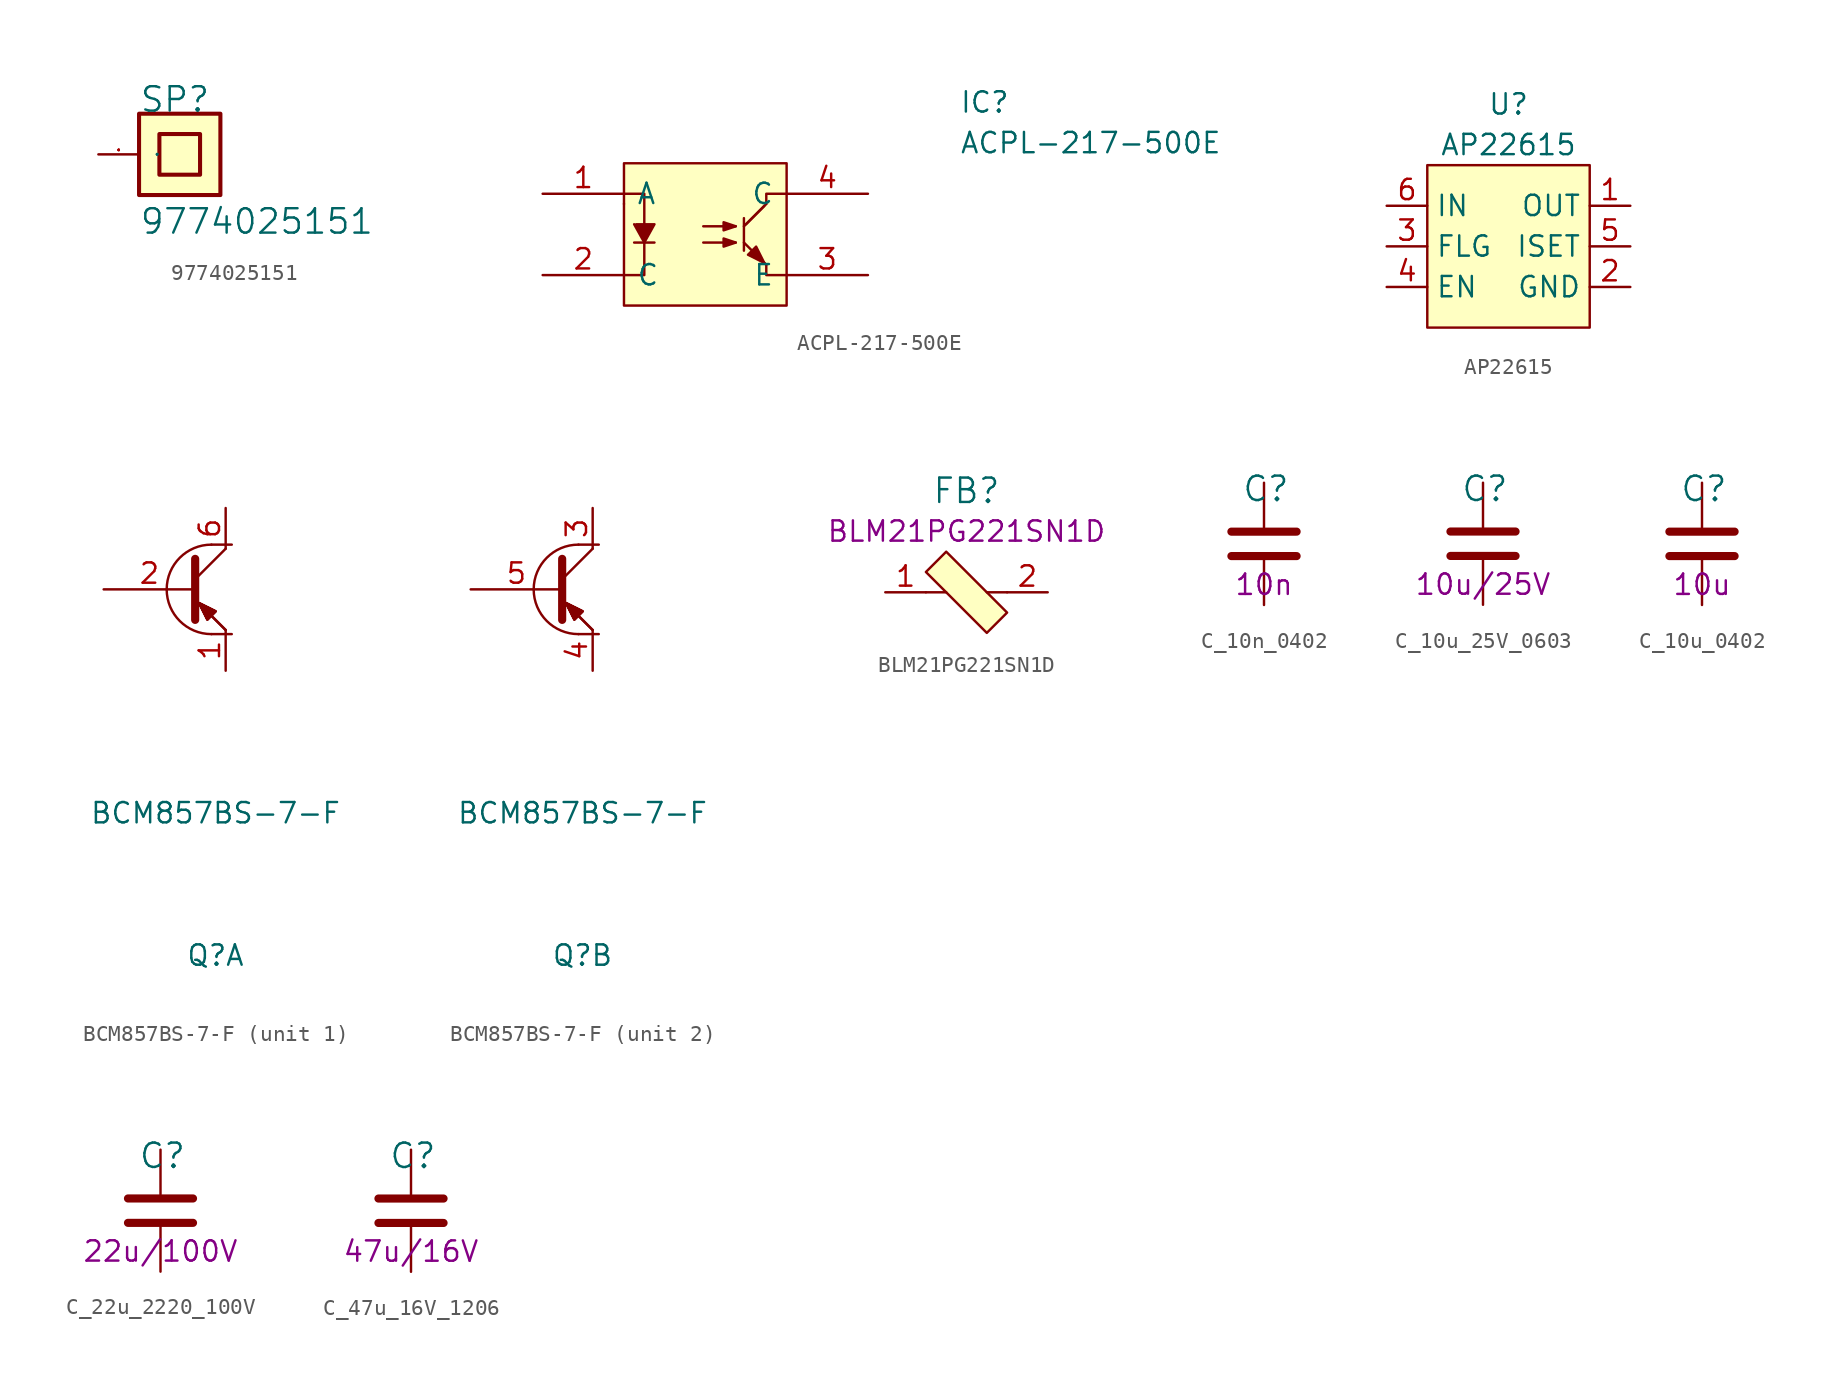
<source format=kicad_sym>
(kicad_symbol_lib
  (version 20220914)
  (generator kicad_symbol_editor)
  (symbol "9774025151"
    (pin_names
      (offset 1.016))
    (property "Reference" "SP"
      (at -2.54 2.54 0)
      (effects (font (size 1.524 1.524)) (justify left bottom)))
    (property "Value" "9774025151"
      (at -2.54 -5.08 0)
      (effects (font (size 1.524 1.524)) (justify left bottom)))
    (symbol "9774025151_0_1"
      (rectangle (start -2.54 -2.54) (end 2.54 2.54) (stroke (width 0.254) (type default)) (fill (type background)))
      (rectangle (start -1.27 -1.27) (end 1.27 1.27) (stroke (width 0.254) (type default)) (fill (type background)))
      (pin passive line (at -5.08 0 0) (length 2.54) (name "1" (effects (font (size 0.025 0.025)))) (number "1" (effects (font (size 0.025 0.025)))))))
  (symbol "ACPL-217-500E"
    (pin_names
      (offset 0.762))
    (property "Reference" "IC"
      (at 34.29 7.62 0)
      (effects (font (size 1.27 1.27)) (justify left)))
    (property "Value" "ACPL-217-500E"
      (at 34.29 5.08 0)
      (effects (font (size 1.27 1.27)) (justify left)))
    (symbol "ACPL-217-500E_0_0"
      (pin passive line (at 8.255 1.905 0) (length 5.08) (name "A" (effects (font (size 1.27 1.27)))) (number "1" (effects (font (size 1.27 1.27)))))
      (pin passive line (at 8.255 -3.175 0) (length 5.08) (name "C" (effects (font (size 1.27 1.27)))) (number "2" (effects (font (size 1.27 1.27)))))
      (pin passive line (at 28.575 -3.175 180) (length 5.08) (name "E" (effects (font (size 1.27 1.27)))) (number "3" (effects (font (size 1.27 1.27)))))
      (pin passive line (at 28.575 1.905 180) (length 5.08) (name "C" (effects (font (size 1.27 1.27)))) (number "4" (effects (font (size 1.27 1.27))))))
    (symbol "ACPL-217-500E_0_1"
      (polyline (pts (xy 23.495 -3.175) (xy 22.225 -3.175) (xy 22.225 -2.54)) (stroke (width 0) (type default)) (fill (type none)))
      (polyline (pts (xy 23.495 1.905) (xy 22.225 1.905) (xy 22.225 1.27)) (stroke (width 0) (type default)) (fill (type none))))
    (symbol "ACPL-217-500E_1_1"
      (polyline (pts (xy 13.97 -1.143) (xy 15.24 -1.143)) (stroke (width 0) (type default)) (fill (type none)))
      (polyline (pts (xy 18.288 -1.143) (xy 20.32 -1.143)) (stroke (width 0) (type default)) (fill (type none)))
      (polyline (pts (xy 18.288 -0.127) (xy 20.32 -0.127)) (stroke (width 0) (type default)) (fill (type none)))
      (polyline (pts (xy 20.828 0.381) (xy 20.828 -1.651)) (stroke (width 0) (type default)) (fill (type none)))
      (polyline (pts (xy 22.098 -2.413) (xy 20.828 -1.143)) (stroke (width 0) (type default)) (fill (type none)))
      (polyline (pts (xy 22.098 1.143) (xy 20.828 -0.127)) (stroke (width 0) (type default)) (fill (type none)))
      (polyline (pts (xy 22.225 -2.54) (xy 21.59 -1.905)) (stroke (width 0) (type default)) (fill (type none)))
      (polyline (pts (xy 22.225 1.27) (xy 20.955 0)) (stroke (width 0) (type default)) (fill (type none)))
      (polyline (pts (xy 13.335 -3.175) (xy 14.605 -3.175) (xy 14.605 -0.889)) (stroke (width 0) (type default)) (fill (type none)))
      (polyline (pts (xy 13.335 1.905) (xy 14.605 1.905) (xy 14.605 -0.127)) (stroke (width 0) (type default)) (fill (type none)))
      (polyline (pts (xy 14.097 0) (xy 15.24 0) (xy 14.605 -1.143) (xy 13.97 0)) (stroke (width 0) (type default)) (fill (type outline)))
      (polyline (pts (xy 19.558 -0.889) (xy 19.558 -0.889) (xy 19.558 -1.397) (xy 20.32 -1.143) (xy 19.558 -0.889) (xy 19.558 -0.889)) (stroke (width 0) (type default)) (fill (type outline)))
      (polyline (pts (xy 19.558 0.127) (xy 19.558 0.127) (xy 19.558 -0.381) (xy 20.32 -0.127) (xy 19.558 0.127) (xy 19.558 0.127)) (stroke (width 0) (type default)) (fill (type outline)))
      (polyline (pts (xy 22.098 -2.413) (xy 22.098 -2.413) (xy 21.59 -1.397) (xy 21.082 -1.905) (xy 22.098 -2.413) (xy 22.098 -2.413)) (stroke (width 0) (type default)) (fill (type outline)))
      (rectangle (start 13.335 1.27) (end 13.335 1.27) (stroke (width 0) (type default)) (fill (type none)))
      (rectangle (start 13.335 3.81) (end 23.495 -5.08) (stroke (width 0) (type default)) (fill (type background)))))
  (symbol "AP22615"
    (property "Reference" "U"
      (at 0 8.89 0)
      (effects (font (size 1.27 1.27))))
    (property "Value" "AP22615"
      (at 0 6.35 0)
      (effects (font (size 1.27 1.27))))
    (symbol "AP22615_0_1"
      (rectangle (start -5.08 5.08) (end 5.08 -5.08) (stroke (width 0) (type default)) (fill (type background))))
    (symbol "AP22615_1_1"
      (pin power_out line (at 7.62 2.54 180) (length 2.54) (name "OUT" (effects (font (size 1.27 1.27)))) (number "1" (effects (font (size 1.27 1.27)))))
      (pin power_in line (at 7.62 -2.54 180) (length 2.54) (name "GND" (effects (font (size 1.27 1.27)))) (number "2" (effects (font (size 1.27 1.27)))))
      (pin output line (at -7.62 0 0) (length 2.54) (name "FLG" (effects (font (size 1.27 1.27)))) (number "3" (effects (font (size 1.27 1.27)))))
      (pin input line (at -7.62 -2.54 0) (length 2.54) (name "EN" (effects (font (size 1.27 1.27)))) (number "4" (effects (font (size 1.27 1.27)))))
      (pin passive line (at 7.62 0 180) (length 2.54) (name "ISET" (effects (font (size 1.27 1.27)))) (number "5" (effects (font (size 1.27 1.27)))))
      (pin power_in line (at -7.62 2.54 0) (length 2.54) (name "IN" (effects (font (size 1.27 1.27)))) (number "6" (effects (font (size 1.27 1.27)))))))
  (symbol "BCM857BS-7-F"
    (pin_names
      (offset 1.016))
    (property "Reference" "Q"
      (at 0 -22.86 0)
      (effects (font (size 1.27 1.27))))
    (property "Value" "BCM857BS-7-F"
      (at 0 -13.97 0)
      (effects (font (size 1.27 1.27))))
    (symbol "BCM857BS-7-F_0_1"
      (arc (start -3.048 0) (mid -2.2297 -1.9757) (end -0.254 -2.794) (stroke (width 0) (type default)) (fill (type none)))
      (arc (start -0.254 2.794) (mid -2.2297 1.9757) (end -3.048 0) (stroke (width 0) (type default)) (fill (type none)))
      (polyline (pts (xy -0.254 -2.794) (xy 1.016 -2.794)) (stroke (width 0) (type default)) (fill (type none)))
      (polyline (pts (xy -0.254 2.794) (xy 1.016 2.794)) (stroke (width 0) (type default)) (fill (type none))))
    (symbol "BCM857BS-7-F_1_1"
      (polyline (pts (xy -1.27 0.635) (xy 0.635 2.54)) (stroke (width 0) (type default)) (fill (type none)))
      (polyline (pts (xy -1.27 -0.635) (xy 0.635 -2.54) (xy 0.635 -2.54)) (stroke (width 0) (type default)) (fill (type none)))
      (polyline (pts (xy -1.27 -0.635) (xy 0.635 -2.54) (xy 0.635 -2.54)) (stroke (width 0) (type default)) (fill (type none)))
      (polyline (pts (xy -1.27 1.905) (xy -1.27 -1.905) (xy -1.27 -1.905)) (stroke (width 0.508) (type default)) (fill (type none)))
      (polyline (pts (xy -0.508 -1.88) (xy 0 -1.372) (xy -1.016 -0.864) (xy -0.508 -1.88) (xy -0.508 -1.88)) (stroke (width 0) (type default)) (fill (type outline)))
      (polyline (pts (xy -0.508 -1.88) (xy 0 -1.372) (xy -1.016 -0.864) (xy -0.508 -1.88) (xy -0.508 -1.88)) (stroke (width 0) (type default)) (fill (type outline)))
      (polyline (pts (xy -0.508 -1.88) (xy 0 -1.372) (xy -1.016 -0.864) (xy -0.508 -1.88) (xy -0.508 -1.88)) (stroke (width 0) (type default)) (fill (type outline)))
      (polyline (pts (xy -0.508 -1.88) (xy 0 -1.372) (xy -1.016 -0.864) (xy -0.508 -1.88) (xy -0.508 -1.88)) (stroke (width 0) (type default)) (fill (type outline)))
      (pin passive line (at 0.635 -5.08 90) (length 2.54) (name "~" (effects (font (size 1.27 1.27)))) (number "1" (effects (font (size 1.27 1.27)))))
      (pin input line (at -6.985 0 0) (length 5.715) (name "~" (effects (font (size 1.27 1.27)))) (number "2" (effects (font (size 1.27 1.27)))))
      (pin passive line (at 0.635 5.08 270) (length 2.54) (name "~" (effects (font (size 1.27 1.27)))) (number "6" (effects (font (size 1.27 1.27))))))
    (symbol "BCM857BS-7-F_2_1"
      (polyline (pts (xy -1.27 0.635) (xy 0.635 2.54)) (stroke (width 0) (type default)) (fill (type none)))
      (polyline (pts (xy -1.27 -0.635) (xy 0.635 -2.54) (xy 0.635 -2.54)) (stroke (width 0) (type default)) (fill (type none)))
      (polyline (pts (xy -1.27 -0.635) (xy 0.635 -2.54) (xy 0.635 -2.54)) (stroke (width 0) (type default)) (fill (type none)))
      (polyline (pts (xy -1.27 1.905) (xy -1.27 -1.905) (xy -1.27 -1.905)) (stroke (width 0.508) (type default)) (fill (type none)))
      (polyline (pts (xy -0.508 -1.88) (xy 0 -1.372) (xy -1.016 -0.864) (xy -0.508 -1.88) (xy -0.508 -1.88)) (stroke (width 0) (type default)) (fill (type outline)))
      (polyline (pts (xy -0.508 -1.88) (xy 0 -1.372) (xy -1.016 -0.864) (xy -0.508 -1.88) (xy -0.508 -1.88)) (stroke (width 0) (type default)) (fill (type outline)))
      (polyline (pts (xy -0.508 -1.88) (xy 0 -1.372) (xy -1.016 -0.864) (xy -0.508 -1.88) (xy -0.508 -1.88)) (stroke (width 0) (type default)) (fill (type outline)))
      (polyline (pts (xy -0.508 -1.88) (xy 0 -1.372) (xy -1.016 -0.864) (xy -0.508 -1.88) (xy -0.508 -1.88)) (stroke (width 0) (type default)) (fill (type outline)))
      (pin passive line (at 0.635 5.08 270) (length 2.54) (name "~" (effects (font (size 1.27 1.27)))) (number "3" (effects (font (size 1.27 1.27)))))
      (pin passive line (at 0.635 -5.08 90) (length 2.54) (name "~" (effects (font (size 1.27 1.27)))) (number "4" (effects (font (size 1.27 1.27)))))
      (pin input line (at -6.985 0 0) (length 5.715) (name "~" (effects (font (size 1.27 1.27)))) (number "5" (effects (font (size 1.27 1.27)))))))
  (symbol "BLM21PG221SN1D"
    (pin_names
      (offset 1.016))
    (property "Reference" "FB"
      (at 0 6.35 0)
      (effects (font (size 1.524 1.524))))
    (property "MPN" "BLM21PG221SN1D"
      (at 0 3.81 0)
      (effects (font (size 1.27 1.27))))
    (symbol "BLM21PG221SN1D_0_1"
      (polyline (pts (xy -1.27 0) (xy -2.54 0)) (stroke (width 0) (type default)) (fill (type none)))
      (polyline (pts (xy 1.27 0) (xy 2.54 0)) (stroke (width 0) (type default)) (fill (type none)))
      (polyline (pts (xy -1.27 2.54) (xy -2.54 1.27) (xy 1.27 -2.54) (xy 2.54 -1.27) (xy -1.27 2.54)) (stroke (width 0) (type default)) (fill (type background))))
    (symbol "BLM21PG221SN1D_1_1"
      (pin passive line (at -5.08 0 0) (length 2.54) (name "~" (effects (font (size 1.27 1.27)))) (number "1" (effects (font (size 1.27 1.27)))))
      (pin passive line (at 5.08 0 180) (length 2.54) (name "~" (effects (font (size 1.27 1.27)))) (number "2" (effects (font (size 1.27 1.27)))))))
  (symbol "C_10n_0402"
    (pin_names
      (offset 0))
    (property "Reference" "C"
      (at -1.397 3.429 0)
      (effects (font (size 1.524 1.524)) (justify left)))
    (property "Val" "10n"
      (at 0 -2.54 0)
      (effects (font (size 1.27 1.27))))
    (symbol "C_10n_0402_1_1"
      (polyline (pts (xy -2.032 -0.762) (xy 2.032 -0.762)) (stroke (width 0.508) (type default)) (fill (type none)))
      (polyline (pts (xy -2.032 0.762) (xy 2.032 0.762)) (stroke (width 0.508) (type default)) (fill (type none)))
      (pin passive line (at 0 3.81 270) (length 2.794) (name "~" (effects (font (size 0 0)))) (number "1" (effects (font (size 0 0)))))
      (pin passive line (at 0 -3.81 90) (length 2.794) (name "~" (effects (font (size 0 0)))) (number "2" (effects (font (size 0 0)))))))
  (symbol "C_10u_25V_0603"
    (pin_names
      (offset 0))
    (property "Reference" "C"
      (at -1.397 3.429 0)
      (effects (font (size 1.524 1.524)) (justify left)))
    (property "Val" "10u/25V"
      (at 0 -2.54 0)
      (effects (font (size 1.27 1.27))))
    (symbol "C_10u_25V_0603_1_1"
      (polyline (pts (xy -2.032 -0.762) (xy 2.032 -0.762)) (stroke (width 0.508) (type default)) (fill (type none)))
      (polyline (pts (xy -2.032 0.762) (xy 2.032 0.762)) (stroke (width 0.508) (type default)) (fill (type none)))
      (pin passive line (at 0 3.81 270) (length 2.794) (name "~" (effects (font (size 0 0)))) (number "1" (effects (font (size 0 0)))))
      (pin passive line (at 0 -3.81 90) (length 2.794) (name "~" (effects (font (size 0 0)))) (number "2" (effects (font (size 0 0)))))))
  (symbol "C_10u_0402"
    (pin_names
      (offset 0))
    (property "Reference" "C"
      (at -1.397 3.429 0)
      (effects (font (size 1.524 1.524)) (justify left)))
    (property "Val" "10u"
      (at 0 -2.54 0)
      (effects (font (size 1.27 1.27))))
    (symbol "C_10u_0402_1_1"
      (polyline (pts (xy -2.032 -0.762) (xy 2.032 -0.762)) (stroke (width 0.508) (type default)) (fill (type none)))
      (polyline (pts (xy -2.032 0.762) (xy 2.032 0.762)) (stroke (width 0.508) (type default)) (fill (type none)))
      (pin passive line (at 0 3.81 270) (length 2.794) (name "~" (effects (font (size 0 0)))) (number "1" (effects (font (size 0 0)))))
      (pin passive line (at 0 -3.81 90) (length 2.794) (name "~" (effects (font (size 0 0)))) (number "2" (effects (font (size 0 0)))))))
  (symbol "C_22u_2220_100V"
    (pin_names
      (offset 0))
    (property "Reference" "C"
      (at -1.397 3.429 0)
      (effects (font (size 1.524 1.524)) (justify left)))
    (property "Val" "22u/100V"
      (at 0 -2.54 0)
      (effects (font (size 1.27 1.27))))
    (symbol "C_22u_2220_100V_1_1"
      (polyline (pts (xy -2.032 -0.762) (xy 2.032 -0.762)) (stroke (width 0.508) (type default)) (fill (type none)))
      (polyline (pts (xy -2.032 0.762) (xy 2.032 0.762)) (stroke (width 0.508) (type default)) (fill (type none)))
      (pin passive line (at 0 3.81 270) (length 2.794) (name "~" (effects (font (size 0 0)))) (number "1" (effects (font (size 0 0)))))
      (pin passive line (at 0 -3.81 90) (length 2.794) (name "~" (effects (font (size 0 0)))) (number "2" (effects (font (size 0 0)))))))
  (symbol "C_47u_16V_1206"
    (pin_names
      (offset 0))
    (property "Reference" "C"
      (at -1.397 3.429 0)
      (effects (font (size 1.524 1.524)) (justify left)))
    (property "Val" "47u/16V"
      (at 0 -2.54 0)
      (effects (font (size 1.27 1.27))))
    (symbol "C_47u_16V_1206_1_1"
      (polyline (pts (xy -2.032 -0.762) (xy 2.032 -0.762)) (stroke (width 0.508) (type default)) (fill (type none)))
      (polyline (pts (xy -2.032 0.762) (xy 2.032 0.762)) (stroke (width 0.508) (type default)) (fill (type none)))
      (pin passive line (at 0 3.81 270) (length 2.794) (name "~" (effects (font (size 0 0)))) (number "1" (effects (font (size 0 0)))))
      (pin passive line (at 0 -3.81 90) (length 2.794) (name "~" (effects (font (size 0 0)))) (number "2" (effects (font (size 0 0))))))))
</source>
